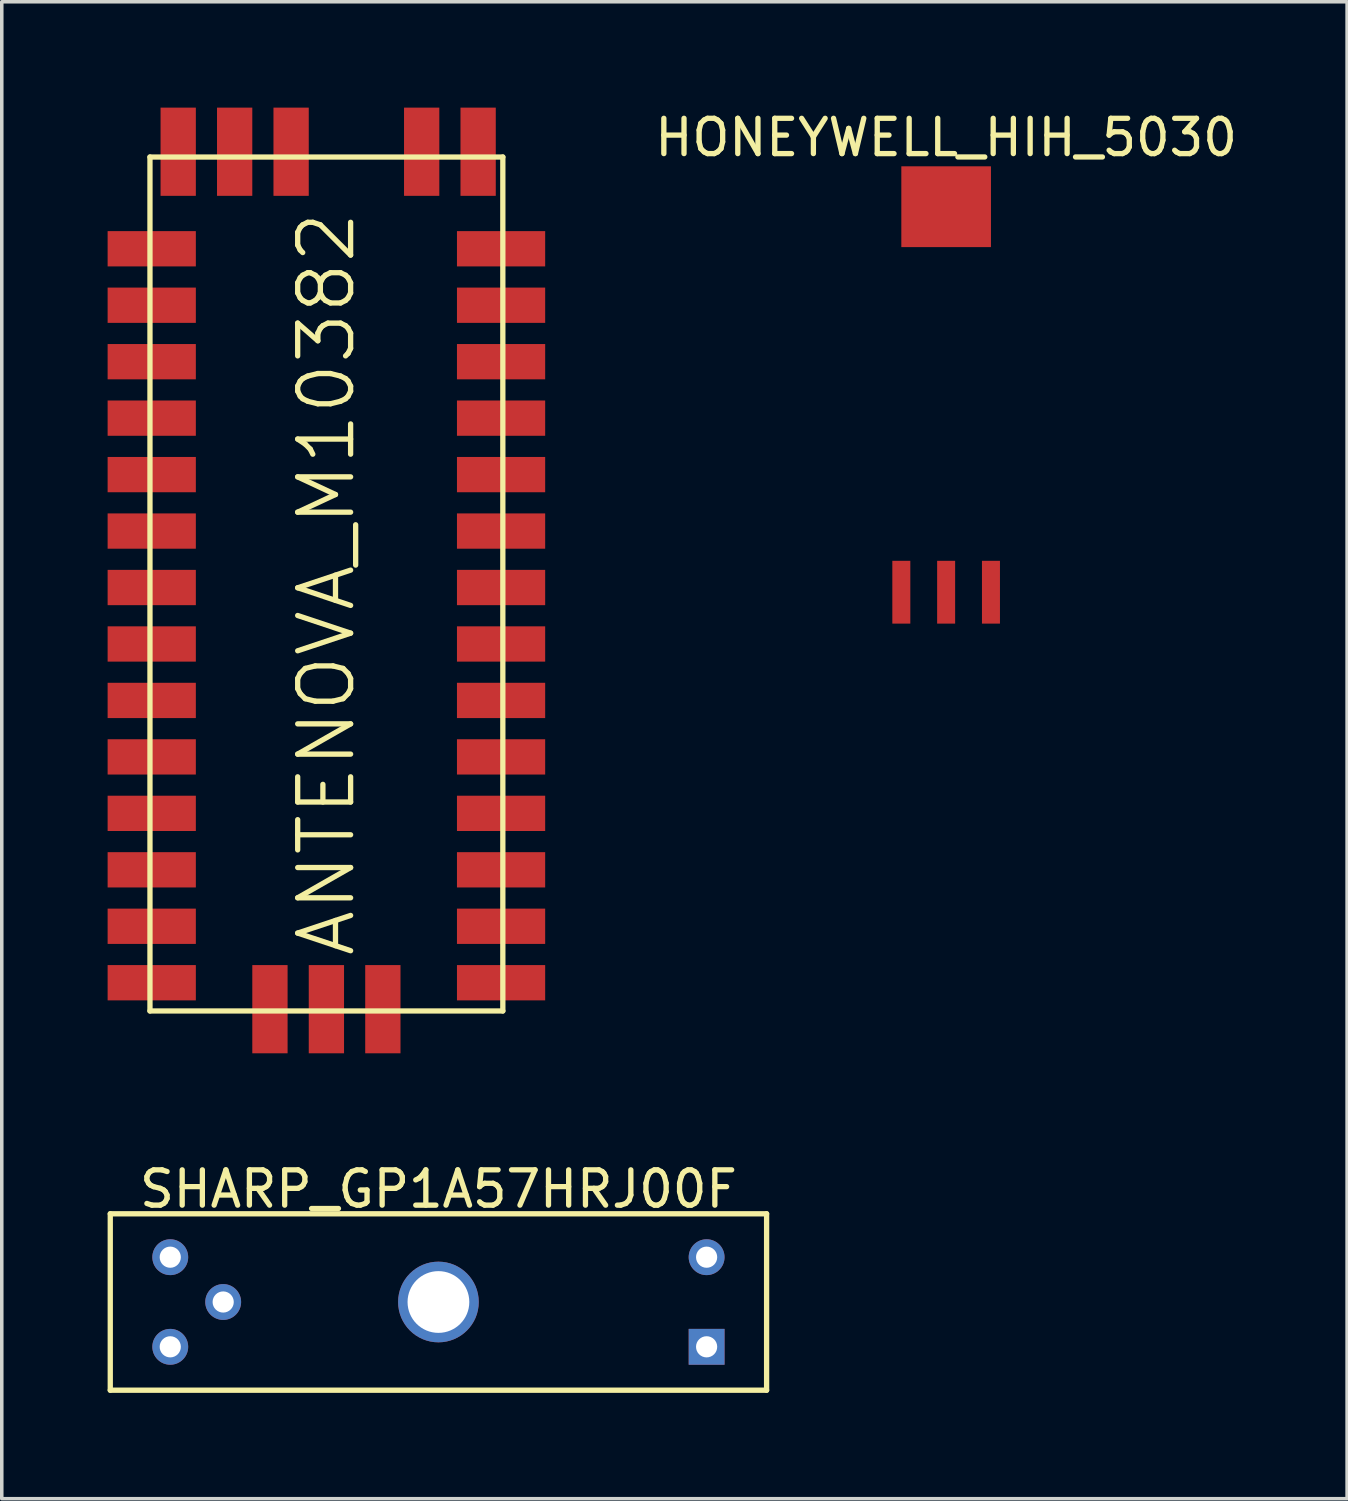
<source format=kicad_pcb>
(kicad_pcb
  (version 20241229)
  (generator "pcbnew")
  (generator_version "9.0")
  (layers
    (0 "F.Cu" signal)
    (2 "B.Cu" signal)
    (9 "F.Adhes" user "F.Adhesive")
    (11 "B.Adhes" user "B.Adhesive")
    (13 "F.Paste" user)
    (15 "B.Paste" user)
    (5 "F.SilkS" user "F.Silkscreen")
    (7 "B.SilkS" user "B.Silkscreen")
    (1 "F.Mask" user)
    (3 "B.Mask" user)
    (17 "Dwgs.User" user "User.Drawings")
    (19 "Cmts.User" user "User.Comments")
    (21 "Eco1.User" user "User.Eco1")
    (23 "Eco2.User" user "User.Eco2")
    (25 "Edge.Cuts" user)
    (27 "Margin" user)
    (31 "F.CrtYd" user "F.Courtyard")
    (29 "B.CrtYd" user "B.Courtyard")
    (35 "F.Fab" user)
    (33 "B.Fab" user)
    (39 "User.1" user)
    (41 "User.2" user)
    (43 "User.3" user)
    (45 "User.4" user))
  (footprint "ANTENOVA_M10382"
    (layer "F.Cu")
    (at 6.2 13.5)
    (property "Reference" "ANTENOVA_M10382" (at 0 0 90) (layer "F.SilkS") (effects (font (size 1.5 1.5) (thickness 0.15))))
    (attr through_hole)
    (fp_line (start -5 -12.1) (end 5 -12.1) (stroke (width 0.15) (type solid)) (layer "F.SilkS"))
    (fp_line (start -5 12.1) (end -5 -12.1) (stroke (width 0.15) (type solid)) (layer "F.SilkS"))
    (fp_line (start 5 -12.1) (end 5 12.1) (stroke (width 0.15) (type solid)) (layer "F.SilkS"))
    (fp_line (start 5 12.1) (end -5 12.1) (stroke (width 0.15) (type solid)) (layer "F.SilkS"))
    (pad "1" smd rect (at -1 -11.5) (size 1 2.5) (drill (offset 0 -0.75)) (layers "F.Cu" "F.Mask" "F.Paste"))
    (pad "2" smd rect (at -2.6 -11.5) (size 1 2.5) (drill (offset 0 -0.75)) (layers "F.Cu" "F.Mask" "F.Paste"))
    (pad "3" smd rect (at -4.2 -11.5) (size 1 2.5) (drill (offset 0 -0.75)) (layers "F.Cu" "F.Mask" "F.Paste"))
    (pad "4" smd rect (at -4.2 -9.5) (size 2.5 1) (drill (offset -0.75 0)) (layers "F.Cu" "F.Mask" "F.Paste"))
    (pad "5" smd rect (at -4.2 -7.9) (size 2.5 1) (drill (offset -0.75 0)) (layers "F.Cu" "F.Mask" "F.Paste"))
    (pad "6" smd rect (at -4.2 -6.3) (size 2.5 1) (drill (offset -0.75 0)) (layers "F.Cu" "F.Mask" "F.Paste"))
    (pad "7" smd rect (at -4.2 -4.7) (size 2.5 1) (drill (offset -0.75 0)) (layers "F.Cu" "F.Mask" "F.Paste"))
    (pad "8" smd rect (at -4.2 -3.1) (size 2.5 1) (drill (offset -0.75 0)) (layers "F.Cu" "F.Mask" "F.Paste"))
    (pad "9" smd rect (at -4.2 -1.5) (size 2.5 1) (drill (offset -0.75 0)) (layers "F.Cu" "F.Mask" "F.Paste"))
    (pad "10" smd rect (at -4.2 0.1) (size 2.5 1) (drill (offset -0.75 0)) (layers "F.Cu" "F.Mask" "F.Paste"))
    (pad "11" smd rect (at -4.2 1.7) (size 2.5 1) (drill (offset -0.75 0)) (layers "F.Cu" "F.Mask" "F.Paste"))
    (pad "12" smd rect (at -4.2 3.3) (size 2.5 1) (drill (offset -0.75 0)) (layers "F.Cu" "F.Mask" "F.Paste"))
    (pad "13" smd rect (at -4.2 4.9) (size 2.5 1) (drill (offset -0.75 0)) (layers "F.Cu" "F.Mask" "F.Paste"))
    (pad "14" smd rect (at -4.2 6.5) (size 2.5 1) (drill (offset -0.75 0)) (layers "F.Cu" "F.Mask" "F.Paste"))
    (pad "15" smd rect (at -4.2 8.1) (size 2.5 1) (drill (offset -0.75 0)) (layers "F.Cu" "F.Mask" "F.Paste"))
    (pad "16" smd rect (at -4.2 9.7) (size 2.5 1) (drill (offset -0.75 0)) (layers "F.Cu" "F.Mask" "F.Paste"))
    (pad "17" smd rect (at -4.2 11.3) (size 2.5 1) (drill (offset -0.75 0)) (layers "F.Cu" "F.Mask" "F.Paste"))
    (pad "18" smd rect (at -1.6 11.3) (size 1 2.5) (drill (offset 0 0.75)) (layers "F.Cu" "F.Mask" "F.Paste"))
    (pad "19" smd rect (at 0 11.3) (size 1 2.5) (drill (offset 0 0.75)) (layers "F.Cu" "F.Mask" "F.Paste"))
    (pad "20" smd rect (at 1.6 11.3) (size 1 2.5) (drill (offset 0 0.75)) (layers "F.Cu" "F.Mask" "F.Paste"))
    (pad "21" smd rect (at 4.2 11.3) (size 2.5 1) (drill (offset 0.75 0)) (layers "F.Cu" "F.Mask" "F.Paste"))
    (pad "22" smd rect (at 4.2 9.7) (size 2.5 1) (drill (offset 0.75 0)) (layers "F.Cu" "F.Mask" "F.Paste"))
    (pad "23" smd rect (at 4.2 8.1) (size 2.5 1) (drill (offset 0.75 0)) (layers "F.Cu" "F.Mask" "F.Paste"))
    (pad "24" smd rect (at 4.2 6.5) (size 2.5 1) (drill (offset 0.75 0)) (layers "F.Cu" "F.Mask" "F.Paste"))
    (pad "25" smd rect (at 4.2 4.9) (size 2.5 1) (drill (offset 0.75 0)) (layers "F.Cu" "F.Mask" "F.Paste"))
    (pad "26" smd rect (at 4.2 3.3) (size 2.5 1) (drill (offset 0.75 0)) (layers "F.Cu" "F.Mask" "F.Paste"))
    (pad "27" smd rect (at 4.2 1.7) (size 2.5 1) (drill (offset 0.75 0)) (layers "F.Cu" "F.Mask" "F.Paste"))
    (pad "28" smd rect (at 4.2 0.1) (size 2.5 1) (drill (offset 0.75 0)) (layers "F.Cu" "F.Mask" "F.Paste"))
    (pad "29" smd rect (at 4.2 -1.5) (size 2.5 1) (drill (offset 0.75 0)) (layers "F.Cu" "F.Mask" "F.Paste"))
    (pad "30" smd rect (at 4.2 -3.1) (size 2.5 1) (drill (offset 0.75 0)) (layers "F.Cu" "F.Mask" "F.Paste"))
    (pad "31" smd rect (at 4.2 -4.7) (size 2.5 1) (drill (offset 0.75 0)) (layers "F.Cu" "F.Mask" "F.Paste"))
    (pad "32" smd rect (at 4.2 -6.3) (size 2.5 1) (drill (offset 0.75 0)) (layers "F.Cu" "F.Mask" "F.Paste"))
    (pad "33" smd rect (at 4.2 -7.9) (size 2.5 1) (drill (offset 0.75 0)) (layers "F.Cu" "F.Mask" "F.Paste"))
    (pad "34" smd rect (at 4.2 -9.5) (size 2.5 1) (drill (offset 0.75 0)) (layers "F.Cu" "F.Mask" "F.Paste"))
    (pad "35" smd rect (at 4.3 -11.5) (size 1 2.5) (drill (offset 0 -0.75)) (layers "F.Cu" "F.Mask" "F.Paste"))
    (pad "36" smd rect (at 2.7 -11.5) (size 1 2.5) (drill (offset 0 -0.75)) (layers "F.Cu" "F.Mask" "F.Paste")))
  (footprint "SHARP_GP1A57HRJ00F"
    (layer "F.Cu")
    (at 9.375 33.848)
    (property "Reference" "SHARP_GP1A57HRJ00F" (at 0 -3.2 0) (layer "F.SilkS") (effects (font (size 1 1) (thickness 0.15))))
    (attr through_hole)
    (fp_line (start -9.3 -2.5) (end -9.3 2.5) (stroke (width 0.15) (type solid)) (layer "F.SilkS"))
    (fp_line (start -9.3 2.5) (end 9.3 2.5) (stroke (width 0.15) (type solid)) (layer "F.SilkS"))
    (fp_line (start 9.3 -2.5) (end -9.3 -2.5) (stroke (width 0.15) (type solid)) (layer "F.SilkS"))
    (fp_line (start 9.3 -2.5) (end 9.3 2.5) (stroke (width 0.15) (type solid)) (layer "F.SilkS"))
    (pad "" thru_hole circle (at 0 0) (size 2.286 2.286) (drill 1.75) (layers "*.Cu" "*.Mask"))
    (pad "1" thru_hole rect (at 7.6 1.27) (size 1.016 1.016) (drill 0.6) (layers "*.Cu" "*.Mask"))
    (pad "2" thru_hole circle (at 7.6 -1.27) (size 1.016 1.016) (drill 0.6) (layers "*.Cu" "*.Mask"))
    (pad "3" thru_hole circle (at -7.6 -1.27) (size 1.016 1.016) (drill 0.6) (layers "*.Cu" "*.Mask"))
    (pad "4" thru_hole circle (at -6.1 0) (size 1.016 1.016) (drill 0.6) (layers "*.Cu" "*.Mask"))
    (pad "5" thru_hole circle (at -7.6 1.27) (size 1.016 1.016) (drill 0.6) (layers "*.Cu" "*.Mask")))
  (footprint "HONEYWELL_HIH_5030"
    (layer "F.Cu")
    (at 23.763 8.398)
    (property "Reference" "HONEYWELL_HIH_5030" (at 0 -7.55 0) (layer "F.SilkS") (effects (font (size 1 1) (thickness 0.15))))
    (attr through_hole)
    (pad "1" smd rect (at 1.27 5.335) (size 0.51 1.78) (layers "F.Cu" "F.Mask" "F.Paste"))
    (pad "2" smd rect (at 0 5.335) (size 0.51 1.78) (layers "F.Cu" "F.Mask" "F.Paste"))
    (pad "3" smd rect (at -1.27 5.335) (size 0.51 1.78) (layers "F.Cu" "F.Mask" "F.Paste"))
    (pad "4" smd rect (at 0 -5.59) (size 2.54 2.29) (layers "F.Cu" "F.Mask" "F.Paste")))
  (gr_rect
    (start -3 -3)
    (end 35.126 39.423)
    (stroke (width 0.1) (type default))
    (fill no)
    (layer "Edge.Cuts")))
</source>
